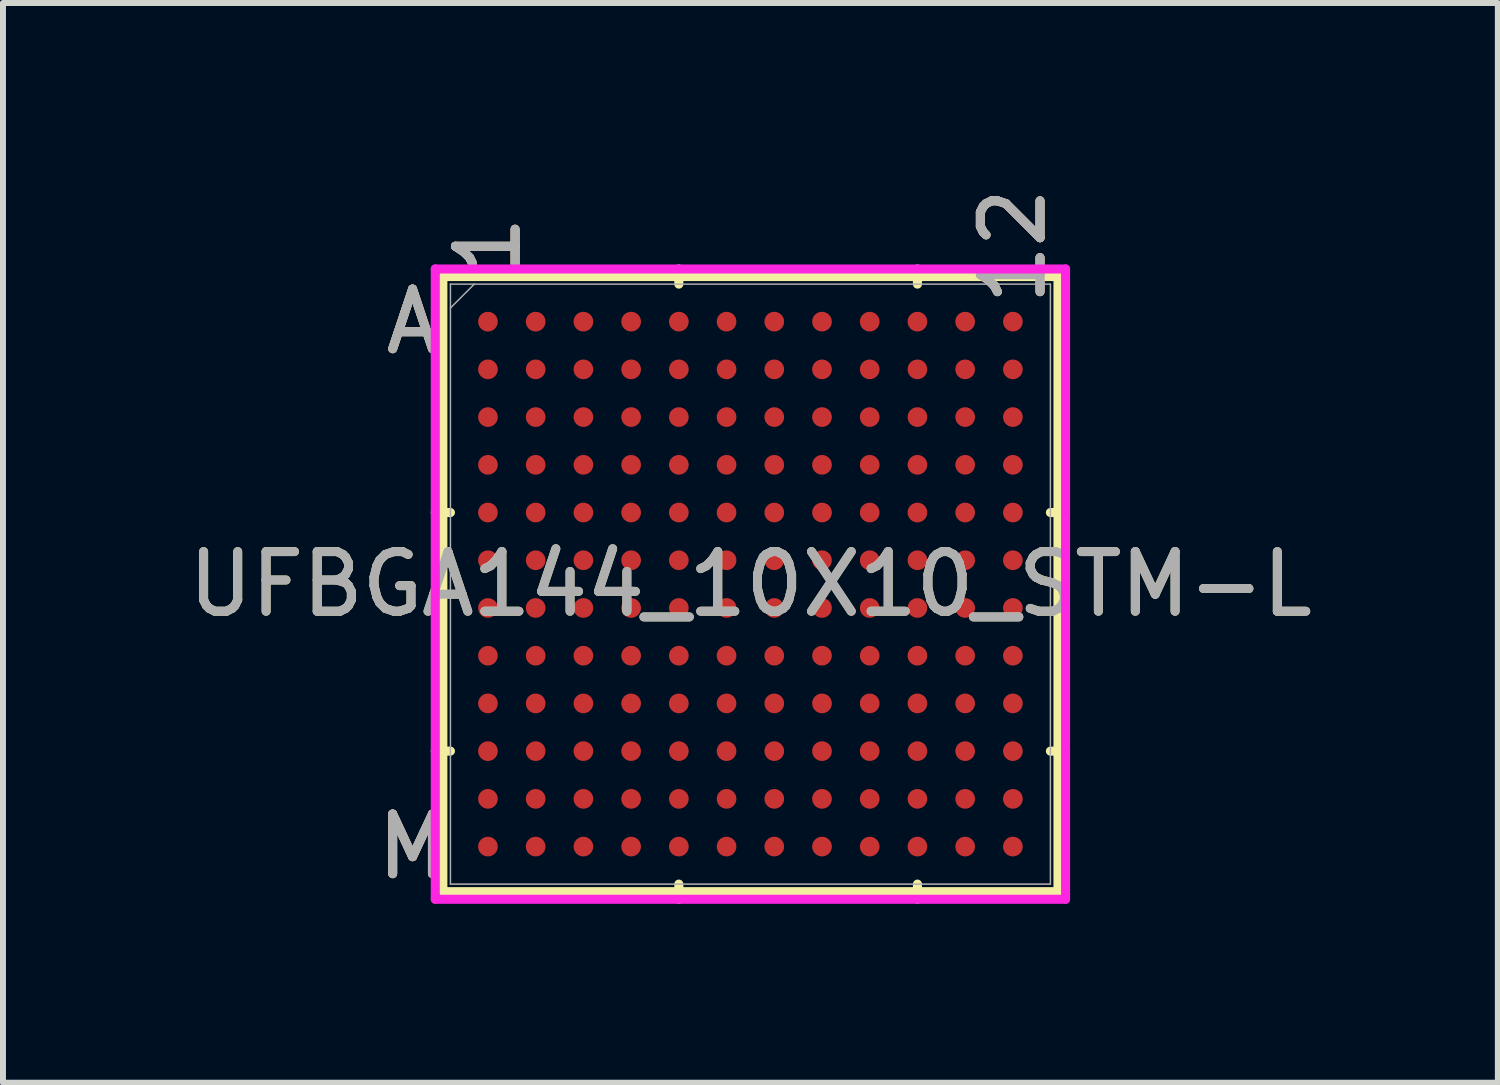
<source format=kicad_pcb>
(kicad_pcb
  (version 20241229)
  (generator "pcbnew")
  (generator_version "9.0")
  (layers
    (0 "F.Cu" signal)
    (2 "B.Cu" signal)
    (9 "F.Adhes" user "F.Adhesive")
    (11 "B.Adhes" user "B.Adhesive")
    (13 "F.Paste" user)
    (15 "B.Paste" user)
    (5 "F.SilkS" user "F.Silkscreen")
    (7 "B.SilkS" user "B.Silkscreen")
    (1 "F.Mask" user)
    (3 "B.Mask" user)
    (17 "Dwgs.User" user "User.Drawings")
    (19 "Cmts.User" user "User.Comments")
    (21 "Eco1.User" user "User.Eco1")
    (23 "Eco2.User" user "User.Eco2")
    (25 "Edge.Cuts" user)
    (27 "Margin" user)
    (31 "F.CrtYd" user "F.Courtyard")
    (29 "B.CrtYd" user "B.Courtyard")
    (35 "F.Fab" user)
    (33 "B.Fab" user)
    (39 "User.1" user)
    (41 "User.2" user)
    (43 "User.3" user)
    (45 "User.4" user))
  (footprint "UFBGA144_10X10_STM-L"
    (layer "F.Cu")
    (at 9.53 6.742)
    (property "Reference" "UFBGA144_10X10_STM-L" (at 0 0 0) (unlocked yes) (layer "F.SilkS") (effects (font (size 1 1) (thickness 0.15))))
    (attr smd)
    (fp_line (start -5.156 -5.156) (end -5.156 5.156) (stroke (width 0.152) (type solid)) (layer "F.SilkS"))
    (fp_line (start -5.156 5.156) (end 5.156 5.156) (stroke (width 0.152) (type solid)) (layer "F.SilkS"))
    (fp_line (start -5.029 -1.2) (end -5.283 -1.2) (stroke (width 0.152) (type solid)) (layer "F.SilkS"))
    (fp_line (start -5.029 2.8) (end -5.283 2.8) (stroke (width 0.152) (type solid)) (layer "F.SilkS"))
    (fp_line (start -1.2 -5.029) (end -1.2 -5.283) (stroke (width 0.152) (type solid)) (layer "F.SilkS"))
    (fp_line (start -1.2 5.029) (end -1.2 5.283) (stroke (width 0.152) (type solid)) (layer "F.SilkS"))
    (fp_line (start 2.8 -5.029) (end 2.8 -5.283) (stroke (width 0.152) (type solid)) (layer "F.SilkS"))
    (fp_line (start 2.8 5.029) (end 2.8 5.283) (stroke (width 0.152) (type solid)) (layer "F.SilkS"))
    (fp_line (start 5.029 -1.2) (end 5.283 -1.2) (stroke (width 0.152) (type solid)) (layer "F.SilkS"))
    (fp_line (start 5.029 2.8) (end 5.283 2.8) (stroke (width 0.152) (type solid)) (layer "F.SilkS"))
    (fp_line (start 5.156 -5.156) (end -5.156 -5.156) (stroke (width 0.152) (type solid)) (layer "F.SilkS"))
    (fp_line (start 5.156 5.156) (end 5.156 -5.156) (stroke (width 0.152) (type solid)) (layer "F.SilkS"))
    (fp_poly (pts (xy -5.245 -5.245) (xy 5.245 -5.245) (xy 5.245 5.245) (xy -5.245 5.245)) (stroke (width 0.1) (type solid)) (fill no) (layer "Eco2.User"))
    (fp_line (start -5.283 -5.283) (end 5.283 -5.283) (stroke (width 0.152) (type solid)) (layer "F.CrtYd"))
    (fp_line (start -5.283 5.283) (end -5.283 -5.283) (stroke (width 0.152) (type solid)) (layer "F.CrtYd"))
    (fp_line (start 5.283 -5.283) (end 5.283 5.283) (stroke (width 0.152) (type solid)) (layer "F.CrtYd"))
    (fp_line (start 5.283 5.283) (end -5.283 5.283) (stroke (width 0.152) (type solid)) (layer "F.CrtYd"))
    (fp_line (start -5.029 -5.029) (end -5.029 5.029) (stroke (width 0.025) (type solid)) (layer "F.Fab"))
    (fp_line (start -5.029 5.029) (end 5.029 5.029) (stroke (width 0.025) (type solid)) (layer "F.Fab"))
    (fp_line (start -4.629 -5.029) (end -5.029 -4.629) (stroke (width 0.025) (type solid)) (layer "F.Fab"))
    (fp_line (start 5.029 -5.029) (end -5.029 -5.029) (stroke (width 0.025) (type solid)) (layer "F.Fab"))
    (fp_line (start 5.029 5.029) (end 5.029 -5.029) (stroke (width 0.025) (type solid)) (layer "F.Fab"))
    (fp_text user "A" (at -5.664 -4.4 0) (unlocked yes) (layer "F.SilkS") (effects (font (size 1 1) (thickness 0.15))))
    (fp_text user "12" (at 4.4 -5.664 90) (unlocked yes) (layer "F.SilkS") (effects (font (size 1 1) (thickness 0.15))))
    (fp_text user "1" (at -4.4 -5.664 90) (unlocked yes) (layer "F.SilkS") (effects (font (size 1 1) (thickness 0.15))))
    (fp_text user "M" (at -5.664 4.4 0) (unlocked yes) (layer "F.SilkS") (effects (font (size 1 1) (thickness 0.15))))
    (fp_text user "M" (at -5.664 4.4 0) (unlocked yes) (layer "B.SilkS") (effects (font (size 1 1) (thickness 0.15))))
    (fp_text user "1" (at -4.4 -5.664 90) (unlocked yes) (layer "B.SilkS") (effects (font (size 1 1) (thickness 0.15))))
    (fp_text user "A" (at -5.664 -4.4 0) (unlocked yes) (layer "B.SilkS") (effects (font (size 1 1) (thickness 0.15))))
    (fp_text user "12" (at 4.4 -5.664 90) (unlocked yes) (layer "B.SilkS") (effects (font (size 1 1) (thickness 0.15))))
    (fp_text user "M" (at -5.664 4.4 0) (unlocked yes) (layer "F.Fab") (effects (font (size 1 1) (thickness 0.15))))
    (fp_text user "${REFERENCE}" (at 0 0 0) (unlocked yes) (layer "F.Fab") (effects (font (size 1 1) (thickness 0.15))))
    (fp_text user "A" (at -5.664 -4.4 0) (unlocked yes) (layer "F.Fab") (effects (font (size 1 1) (thickness 0.15))))
    (fp_text user "12" (at 4.4 -5.664 90) (unlocked yes) (layer "F.Fab") (effects (font (size 1 1) (thickness 0.15))))
    (fp_text user "1" (at -4.4 -5.664 90) (unlocked yes) (layer "F.Fab") (effects (font (size 1 1) (thickness 0.15))))
    (pad "A1" smd circle (at -4.4 -4.4) (size 0.33 0.33) (layers "F.Cu" "F.Mask" "F.Paste"))
    (pad "A2" smd circle (at -3.6 -4.4) (size 0.33 0.33) (layers "F.Cu" "F.Mask" "F.Paste"))
    (pad "A3" smd circle (at -2.8 -4.4) (size 0.33 0.33) (layers "F.Cu" "F.Mask" "F.Paste"))
    (pad "A4" smd circle (at -2 -4.4) (size 0.33 0.33) (layers "F.Cu" "F.Mask" "F.Paste"))
    (pad "A5" smd circle (at -1.2 -4.4) (size 0.33 0.33) (layers "F.Cu" "F.Mask" "F.Paste"))
    (pad "A6" smd circle (at -0.4 -4.4) (size 0.33 0.33) (layers "F.Cu" "F.Mask" "F.Paste"))
    (pad "A7" smd circle (at 0.4 -4.4) (size 0.33 0.33) (layers "F.Cu" "F.Mask" "F.Paste"))
    (pad "A8" smd circle (at 1.2 -4.4) (size 0.33 0.33) (layers "F.Cu" "F.Mask" "F.Paste"))
    (pad "A9" smd circle (at 2 -4.4) (size 0.33 0.33) (layers "F.Cu" "F.Mask" "F.Paste"))
    (pad "A10" smd circle (at 2.8 -4.4) (size 0.33 0.33) (layers "F.Cu" "F.Mask" "F.Paste"))
    (pad "A11" smd circle (at 3.6 -4.4) (size 0.33 0.33) (layers "F.Cu" "F.Mask" "F.Paste"))
    (pad "A12" smd circle (at 4.4 -4.4) (size 0.33 0.33) (layers "F.Cu" "F.Mask" "F.Paste"))
    (pad "B1" smd circle (at -4.4 -3.6) (size 0.33 0.33) (layers "F.Cu" "F.Mask" "F.Paste"))
    (pad "B2" smd circle (at -3.6 -3.6) (size 0.33 0.33) (layers "F.Cu" "F.Mask" "F.Paste"))
    (pad "B3" smd circle (at -2.8 -3.6) (size 0.33 0.33) (layers "F.Cu" "F.Mask" "F.Paste"))
    (pad "B4" smd circle (at -2 -3.6) (size 0.33 0.33) (layers "F.Cu" "F.Mask" "F.Paste"))
    (pad "B5" smd circle (at -1.2 -3.6) (size 0.33 0.33) (layers "F.Cu" "F.Mask" "F.Paste"))
    (pad "B6" smd circle (at -0.4 -3.6) (size 0.33 0.33) (layers "F.Cu" "F.Mask" "F.Paste"))
    (pad "B7" smd circle (at 0.4 -3.6) (size 0.33 0.33) (layers "F.Cu" "F.Mask" "F.Paste"))
    (pad "B8" smd circle (at 1.2 -3.6) (size 0.33 0.33) (layers "F.Cu" "F.Mask" "F.Paste"))
    (pad "B9" smd circle (at 2 -3.6) (size 0.33 0.33) (layers "F.Cu" "F.Mask" "F.Paste"))
    (pad "B10" smd circle (at 2.8 -3.6) (size 0.33 0.33) (layers "F.Cu" "F.Mask" "F.Paste"))
    (pad "B11" smd circle (at 3.6 -3.6) (size 0.33 0.33) (layers "F.Cu" "F.Mask" "F.Paste"))
    (pad "B12" smd circle (at 4.4 -3.6) (size 0.33 0.33) (layers "F.Cu" "F.Mask" "F.Paste"))
    (pad "C1" smd circle (at -4.4 -2.8) (size 0.33 0.33) (layers "F.Cu" "F.Mask" "F.Paste"))
    (pad "C2" smd circle (at -3.6 -2.8) (size 0.33 0.33) (layers "F.Cu" "F.Mask" "F.Paste"))
    (pad "C3" smd circle (at -2.8 -2.8) (size 0.33 0.33) (layers "F.Cu" "F.Mask" "F.Paste"))
    (pad "C4" smd circle (at -2 -2.8) (size 0.33 0.33) (layers "F.Cu" "F.Mask" "F.Paste"))
    (pad "C5" smd circle (at -1.2 -2.8) (size 0.33 0.33) (layers "F.Cu" "F.Mask" "F.Paste"))
    (pad "C6" smd circle (at -0.4 -2.8) (size 0.33 0.33) (layers "F.Cu" "F.Mask" "F.Paste"))
    (pad "C7" smd circle (at 0.4 -2.8) (size 0.33 0.33) (layers "F.Cu" "F.Mask" "F.Paste"))
    (pad "C8" smd circle (at 1.2 -2.8) (size 0.33 0.33) (layers "F.Cu" "F.Mask" "F.Paste"))
    (pad "C9" smd circle (at 2 -2.8) (size 0.33 0.33) (layers "F.Cu" "F.Mask" "F.Paste"))
    (pad "C10" smd circle (at 2.8 -2.8) (size 0.33 0.33) (layers "F.Cu" "F.Mask" "F.Paste"))
    (pad "C11" smd circle (at 3.6 -2.8) (size 0.33 0.33) (layers "F.Cu" "F.Mask" "F.Paste"))
    (pad "C12" smd circle (at 4.4 -2.8) (size 0.33 0.33) (layers "F.Cu" "F.Mask" "F.Paste"))
    (pad "D1" smd circle (at -4.4 -2) (size 0.33 0.33) (layers "F.Cu" "F.Mask" "F.Paste"))
    (pad "D2" smd circle (at -3.6 -2) (size 0.33 0.33) (layers "F.Cu" "F.Mask" "F.Paste"))
    (pad "D3" smd circle (at -2.8 -2) (size 0.33 0.33) (layers "F.Cu" "F.Mask" "F.Paste"))
    (pad "D4" smd circle (at -2 -2) (size 0.33 0.33) (layers "F.Cu" "F.Mask" "F.Paste"))
    (pad "D5" smd circle (at -1.2 -2) (size 0.33 0.33) (layers "F.Cu" "F.Mask" "F.Paste"))
    (pad "D6" smd circle (at -0.4 -2) (size 0.33 0.33) (layers "F.Cu" "F.Mask" "F.Paste"))
    (pad "D7" smd circle (at 0.4 -2) (size 0.33 0.33) (layers "F.Cu" "F.Mask" "F.Paste"))
    (pad "D8" smd circle (at 1.2 -2) (size 0.33 0.33) (layers "F.Cu" "F.Mask" "F.Paste"))
    (pad "D9" smd circle (at 2 -2) (size 0.33 0.33) (layers "F.Cu" "F.Mask" "F.Paste"))
    (pad "D10" smd circle (at 2.8 -2) (size 0.33 0.33) (layers "F.Cu" "F.Mask" "F.Paste"))
    (pad "D11" smd circle (at 3.6 -2) (size 0.33 0.33) (layers "F.Cu" "F.Mask" "F.Paste"))
    (pad "D12" smd circle (at 4.4 -2) (size 0.33 0.33) (layers "F.Cu" "F.Mask" "F.Paste"))
    (pad "E1" smd circle (at -4.4 -1.2) (size 0.33 0.33) (layers "F.Cu" "F.Mask" "F.Paste"))
    (pad "E2" smd circle (at -3.6 -1.2) (size 0.33 0.33) (layers "F.Cu" "F.Mask" "F.Paste"))
    (pad "E3" smd circle (at -2.8 -1.2) (size 0.33 0.33) (layers "F.Cu" "F.Mask" "F.Paste"))
    (pad "E4" smd circle (at -2 -1.2) (size 0.33 0.33) (layers "F.Cu" "F.Mask" "F.Paste"))
    (pad "E5" smd circle (at -1.2 -1.2) (size 0.33 0.33) (layers "F.Cu" "F.Mask" "F.Paste"))
    (pad "E6" smd circle (at -0.4 -1.2) (size 0.33 0.33) (layers "F.Cu" "F.Mask" "F.Paste"))
    (pad "E7" smd circle (at 0.4 -1.2) (size 0.33 0.33) (layers "F.Cu" "F.Mask" "F.Paste"))
    (pad "E8" smd circle (at 1.2 -1.2) (size 0.33 0.33) (layers "F.Cu" "F.Mask" "F.Paste"))
    (pad "E9" smd circle (at 2 -1.2) (size 0.33 0.33) (layers "F.Cu" "F.Mask" "F.Paste"))
    (pad "E10" smd circle (at 2.8 -1.2) (size 0.33 0.33) (layers "F.Cu" "F.Mask" "F.Paste"))
    (pad "E11" smd circle (at 3.6 -1.2) (size 0.33 0.33) (layers "F.Cu" "F.Mask" "F.Paste"))
    (pad "E12" smd circle (at 4.4 -1.2) (size 0.33 0.33) (layers "F.Cu" "F.Mask" "F.Paste"))
    (pad "F1" smd circle (at -4.4 -0.4) (size 0.33 0.33) (layers "F.Cu" "F.Mask" "F.Paste"))
    (pad "F2" smd circle (at -3.6 -0.4) (size 0.33 0.33) (layers "F.Cu" "F.Mask" "F.Paste"))
    (pad "F3" smd circle (at -2.8 -0.4) (size 0.33 0.33) (layers "F.Cu" "F.Mask" "F.Paste"))
    (pad "F4" smd circle (at -2 -0.4) (size 0.33 0.33) (layers "F.Cu" "F.Mask" "F.Paste"))
    (pad "F5" smd circle (at -1.2 -0.4) (size 0.33 0.33) (layers "F.Cu" "F.Mask" "F.Paste"))
    (pad "F6" smd circle (at -0.4 -0.4) (size 0.33 0.33) (layers "F.Cu" "F.Mask" "F.Paste"))
    (pad "F7" smd circle (at 0.4 -0.4) (size 0.33 0.33) (layers "F.Cu" "F.Mask" "F.Paste"))
    (pad "F8" smd circle (at 1.2 -0.4) (size 0.33 0.33) (layers "F.Cu" "F.Mask" "F.Paste"))
    (pad "F9" smd circle (at 2 -0.4) (size 0.33 0.33) (layers "F.Cu" "F.Mask" "F.Paste"))
    (pad "F10" smd circle (at 2.8 -0.4) (size 0.33 0.33) (layers "F.Cu" "F.Mask" "F.Paste"))
    (pad "F11" smd circle (at 3.6 -0.4) (size 0.33 0.33) (layers "F.Cu" "F.Mask" "F.Paste"))
    (pad "F12" smd circle (at 4.4 -0.4) (size 0.33 0.33) (layers "F.Cu" "F.Mask" "F.Paste"))
    (pad "G1" smd circle (at -4.4 0.4) (size 0.33 0.33) (layers "F.Cu" "F.Mask" "F.Paste"))
    (pad "G2" smd circle (at -3.6 0.4) (size 0.33 0.33) (layers "F.Cu" "F.Mask" "F.Paste"))
    (pad "G3" smd circle (at -2.8 0.4) (size 0.33 0.33) (layers "F.Cu" "F.Mask" "F.Paste"))
    (pad "G4" smd circle (at -2 0.4) (size 0.33 0.33) (layers "F.Cu" "F.Mask" "F.Paste"))
    (pad "G5" smd circle (at -1.2 0.4) (size 0.33 0.33) (layers "F.Cu" "F.Mask" "F.Paste"))
    (pad "G6" smd circle (at -0.4 0.4) (size 0.33 0.33) (layers "F.Cu" "F.Mask" "F.Paste"))
    (pad "G7" smd circle (at 0.4 0.4) (size 0.33 0.33) (layers "F.Cu" "F.Mask" "F.Paste"))
    (pad "G8" smd circle (at 1.2 0.4) (size 0.33 0.33) (layers "F.Cu" "F.Mask" "F.Paste"))
    (pad "G9" smd circle (at 2 0.4) (size 0.33 0.33) (layers "F.Cu" "F.Mask" "F.Paste"))
    (pad "G10" smd circle (at 2.8 0.4) (size 0.33 0.33) (layers "F.Cu" "F.Mask" "F.Paste"))
    (pad "G11" smd circle (at 3.6 0.4) (size 0.33 0.33) (layers "F.Cu" "F.Mask" "F.Paste"))
    (pad "G12" smd circle (at 4.4 0.4) (size 0.33 0.33) (layers "F.Cu" "F.Mask" "F.Paste"))
    (pad "H1" smd circle (at -4.4 1.2) (size 0.33 0.33) (layers "F.Cu" "F.Mask" "F.Paste"))
    (pad "H2" smd circle (at -3.6 1.2) (size 0.33 0.33) (layers "F.Cu" "F.Mask" "F.Paste"))
    (pad "H3" smd circle (at -2.8 1.2) (size 0.33 0.33) (layers "F.Cu" "F.Mask" "F.Paste"))
    (pad "H4" smd circle (at -2 1.2) (size 0.33 0.33) (layers "F.Cu" "F.Mask" "F.Paste"))
    (pad "H5" smd circle (at -1.2 1.2) (size 0.33 0.33) (layers "F.Cu" "F.Mask" "F.Paste"))
    (pad "H6" smd circle (at -0.4 1.2) (size 0.33 0.33) (layers "F.Cu" "F.Mask" "F.Paste"))
    (pad "H7" smd circle (at 0.4 1.2) (size 0.33 0.33) (layers "F.Cu" "F.Mask" "F.Paste"))
    (pad "H8" smd circle (at 1.2 1.2) (size 0.33 0.33) (layers "F.Cu" "F.Mask" "F.Paste"))
    (pad "H9" smd circle (at 2 1.2) (size 0.33 0.33) (layers "F.Cu" "F.Mask" "F.Paste"))
    (pad "H10" smd circle (at 2.8 1.2) (size 0.33 0.33) (layers "F.Cu" "F.Mask" "F.Paste"))
    (pad "H11" smd circle (at 3.6 1.2) (size 0.33 0.33) (layers "F.Cu" "F.Mask" "F.Paste"))
    (pad "H12" smd circle (at 4.4 1.2) (size 0.33 0.33) (layers "F.Cu" "F.Mask" "F.Paste"))
    (pad "J1" smd circle (at -4.4 2) (size 0.33 0.33) (layers "F.Cu" "F.Mask" "F.Paste"))
    (pad "J2" smd circle (at -3.6 2) (size 0.33 0.33) (layers "F.Cu" "F.Mask" "F.Paste"))
    (pad "J3" smd circle (at -2.8 2) (size 0.33 0.33) (layers "F.Cu" "F.Mask" "F.Paste"))
    (pad "J4" smd circle (at -2 2) (size 0.33 0.33) (layers "F.Cu" "F.Mask" "F.Paste"))
    (pad "J5" smd circle (at -1.2 2) (size 0.33 0.33) (layers "F.Cu" "F.Mask" "F.Paste"))
    (pad "J6" smd circle (at -0.4 2) (size 0.33 0.33) (layers "F.Cu" "F.Mask" "F.Paste"))
    (pad "J7" smd circle (at 0.4 2) (size 0.33 0.33) (layers "F.Cu" "F.Mask" "F.Paste"))
    (pad "J8" smd circle (at 1.2 2) (size 0.33 0.33) (layers "F.Cu" "F.Mask" "F.Paste"))
    (pad "J9" smd circle (at 2 2) (size 0.33 0.33) (layers "F.Cu" "F.Mask" "F.Paste"))
    (pad "J10" smd circle (at 2.8 2) (size 0.33 0.33) (layers "F.Cu" "F.Mask" "F.Paste"))
    (pad "J11" smd circle (at 3.6 2) (size 0.33 0.33) (layers "F.Cu" "F.Mask" "F.Paste"))
    (pad "J12" smd circle (at 4.4 2) (size 0.33 0.33) (layers "F.Cu" "F.Mask" "F.Paste"))
    (pad "K1" smd circle (at -4.4 2.8) (size 0.33 0.33) (layers "F.Cu" "F.Mask" "F.Paste"))
    (pad "K2" smd circle (at -3.6 2.8) (size 0.33 0.33) (layers "F.Cu" "F.Mask" "F.Paste"))
    (pad "K3" smd circle (at -2.8 2.8) (size 0.33 0.33) (layers "F.Cu" "F.Mask" "F.Paste"))
    (pad "K4" smd circle (at -2 2.8) (size 0.33 0.33) (layers "F.Cu" "F.Mask" "F.Paste"))
    (pad "K5" smd circle (at -1.2 2.8) (size 0.33 0.33) (layers "F.Cu" "F.Mask" "F.Paste"))
    (pad "K6" smd circle (at -0.4 2.8) (size 0.33 0.33) (layers "F.Cu" "F.Mask" "F.Paste"))
    (pad "K7" smd circle (at 0.4 2.8) (size 0.33 0.33) (layers "F.Cu" "F.Mask" "F.Paste"))
    (pad "K8" smd circle (at 1.2 2.8) (size 0.33 0.33) (layers "F.Cu" "F.Mask" "F.Paste"))
    (pad "K9" smd circle (at 2 2.8) (size 0.33 0.33) (layers "F.Cu" "F.Mask" "F.Paste"))
    (pad "K10" smd circle (at 2.8 2.8) (size 0.33 0.33) (layers "F.Cu" "F.Mask" "F.Paste"))
    (pad "K11" smd circle (at 3.6 2.8) (size 0.33 0.33) (layers "F.Cu" "F.Mask" "F.Paste"))
    (pad "K12" smd circle (at 4.4 2.8) (size 0.33 0.33) (layers "F.Cu" "F.Mask" "F.Paste"))
    (pad "L1" smd circle (at -4.4 3.6) (size 0.33 0.33) (layers "F.Cu" "F.Mask" "F.Paste"))
    (pad "L2" smd circle (at -3.6 3.6) (size 0.33 0.33) (layers "F.Cu" "F.Mask" "F.Paste"))
    (pad "L3" smd circle (at -2.8 3.6) (size 0.33 0.33) (layers "F.Cu" "F.Mask" "F.Paste"))
    (pad "L4" smd circle (at -2 3.6) (size 0.33 0.33) (layers "F.Cu" "F.Mask" "F.Paste"))
    (pad "L5" smd circle (at -1.2 3.6) (size 0.33 0.33) (layers "F.Cu" "F.Mask" "F.Paste"))
    (pad "L6" smd circle (at -0.4 3.6) (size 0.33 0.33) (layers "F.Cu" "F.Mask" "F.Paste"))
    (pad "L7" smd circle (at 0.4 3.6) (size 0.33 0.33) (layers "F.Cu" "F.Mask" "F.Paste"))
    (pad "L8" smd circle (at 1.2 3.6) (size 0.33 0.33) (layers "F.Cu" "F.Mask" "F.Paste"))
    (pad "L9" smd circle (at 2 3.6) (size 0.33 0.33) (layers "F.Cu" "F.Mask" "F.Paste"))
    (pad "L10" smd circle (at 2.8 3.6) (size 0.33 0.33) (layers "F.Cu" "F.Mask" "F.Paste"))
    (pad "L11" smd circle (at 3.6 3.6) (size 0.33 0.33) (layers "F.Cu" "F.Mask" "F.Paste"))
    (pad "L12" smd circle (at 4.4 3.6) (size 0.33 0.33) (layers "F.Cu" "F.Mask" "F.Paste"))
    (pad "M1" smd circle (at -4.4 4.4) (size 0.33 0.33) (layers "F.Cu" "F.Mask" "F.Paste"))
    (pad "M2" smd circle (at -3.6 4.4) (size 0.33 0.33) (layers "F.Cu" "F.Mask" "F.Paste"))
    (pad "M3" smd circle (at -2.8 4.4) (size 0.33 0.33) (layers "F.Cu" "F.Mask" "F.Paste"))
    (pad "M4" smd circle (at -2 4.4) (size 0.33 0.33) (layers "F.Cu" "F.Mask" "F.Paste"))
    (pad "M5" smd circle (at -1.2 4.4) (size 0.33 0.33) (layers "F.Cu" "F.Mask" "F.Paste"))
    (pad "M6" smd circle (at -0.4 4.4) (size 0.33 0.33) (layers "F.Cu" "F.Mask" "F.Paste"))
    (pad "M7" smd circle (at 0.4 4.4) (size 0.33 0.33) (layers "F.Cu" "F.Mask" "F.Paste"))
    (pad "M8" smd circle (at 1.2 4.4) (size 0.33 0.33) (layers "F.Cu" "F.Mask" "F.Paste"))
    (pad "M9" smd circle (at 2 4.4) (size 0.33 0.33) (layers "F.Cu" "F.Mask" "F.Paste"))
    (pad "M10" smd circle (at 2.8 4.4) (size 0.33 0.33) (layers "F.Cu" "F.Mask" "F.Paste"))
    (pad "M11" smd circle (at 3.6 4.4) (size 0.33 0.33) (layers "F.Cu" "F.Mask" "F.Paste"))
    (pad "M12" smd circle (at 4.4 4.4) (size 0.33 0.33) (layers "F.Cu" "F.Mask" "F.Paste")))
  (gr_rect
    (start -3 -3)
    (end 22.06 15.101)
    (stroke (width 0.1) (type default))
    (fill no)
    (layer "Edge.Cuts")))
</source>
